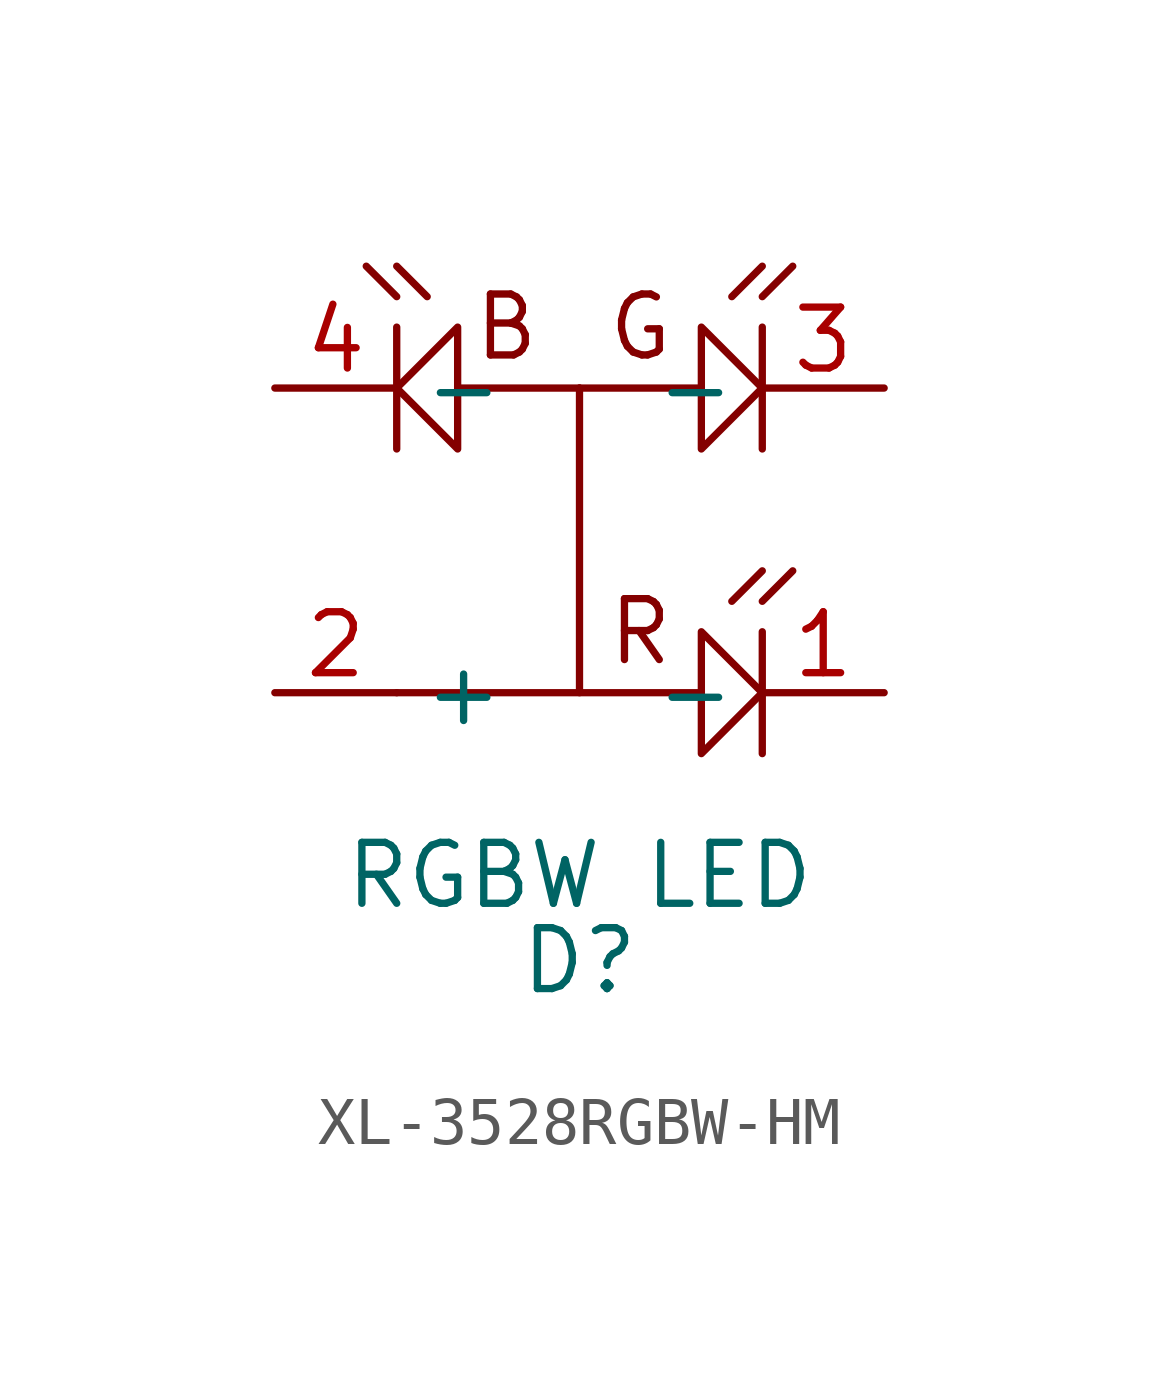
<source format=kicad_sym>
(kicad_symbol_lib
  (version 20241209)
  (generator "kicad_symbol_editor")
  (generator_version "9.0")
  (symbol "XL-3528RGBW-HM"
    (property "Reference" "D"
      (at 0 -9.398 0)
      (effects (font (size 1.27 1.27))))
    (property "Value" "RGBW LED"
      (at 0 -7.62 0)
      (effects (font (size 1.27 1.27))))
    (symbol "XL-3528RGBW-HM_0_1"
      (polyline (pts (xy -3.81 4.445) (xy -4.445 5.08)) (stroke (width 0) (type default)) (fill (type none)))
      (polyline (pts (xy -3.81 3.81) (xy -3.81 1.27)) (stroke (width 0) (type default)) (fill (type none)))
      (polyline (pts (xy -3.81 2.54) (xy -2.54 1.27) (xy -2.54 3.81) (xy -3.81 2.54)) (stroke (width 0) (type default)) (fill (type none)))
      (polyline (pts (xy -3.175 4.445) (xy -3.81 5.08)) (stroke (width 0) (type default)) (fill (type none)))
      (polyline (pts (xy 0 2.54) (xy -2.54 2.54)) (stroke (width 0) (type default)) (fill (type none)))
      (polyline (pts (xy 0 2.54) (xy 0 -3.81) (xy -3.81 -3.81)) (stroke (width 0) (type default)) (fill (type none)))
      (polyline (pts (xy 0 2.54) (xy 2.54 2.54) (xy 2.54 3.81) (xy 3.81 2.54) (xy 2.54 1.27) (xy 2.54 2.54)) (stroke (width 0) (type default)) (fill (type none)))
      (polyline (pts (xy 0 -3.81) (xy 2.54 -3.81)) (stroke (width 0) (type default)) (fill (type none)))
      (polyline (pts (xy 2.54 -2.54) (xy 3.81 -3.81) (xy 2.54 -5.08) (xy 2.54 -2.54)) (stroke (width 0) (type default)) (fill (type none)))
      (polyline (pts (xy 3.175 -1.905) (xy 3.81 -1.27)) (stroke (width 0) (type default)) (fill (type none)))
      (polyline (pts (xy 3.81 5.08) (xy 3.175 4.445)) (stroke (width 0) (type default)) (fill (type none)))
      (polyline (pts (xy 3.81 4.445) (xy 4.445 5.08)) (stroke (width 0) (type default)) (fill (type none)))
      (polyline (pts (xy 3.81 1.27) (xy 3.81 3.81)) (stroke (width 0) (type default)) (fill (type none)))
      (polyline (pts (xy 3.81 -1.905) (xy 4.445 -1.27)) (stroke (width 0) (type default)) (fill (type none)))
      (polyline (pts (xy 3.81 -3.81) (xy 3.81 -2.54) (xy 3.81 -3.81) (xy 3.81 -5.08)) (stroke (width 0) (type default)) (fill (type none))))
    (symbol "XL-3528RGBW-HM_1_1"
      (text "B" (at -1.524 3.81 0) (effects (font (size 1.27 1.27))))
      (text "G" (at 1.27 3.81 0) (effects (font (size 1.27 1.27))))
      (text "R" (at 1.27 -2.54 0) (effects (font (size 1.27 1.27))))
      (pin output line (at -6.35 2.54 0) (length 2.54) (name "-" (effects (font (size 1.27 1.27)))) (number "4" (effects (font (size 1.27 1.27)))))
      (pin input line (at -6.35 -3.81 0) (length 2.54) (name "+" (effects (font (size 1.27 1.27)))) (number "2" (effects (font (size 1.27 1.27)))))
      (pin output line (at 6.35 2.54 180) (length 2.54) (name "-" (effects (font (size 1.27 1.27)))) (number "3" (effects (font (size 1.27 1.27)))))
      (pin output line (at 6.35 -3.81 180) (length 2.54) (name "-" (effects (font (size 1.27 1.27)))) (number "1" (effects (font (size 1.27 1.27))))))))
</source>
